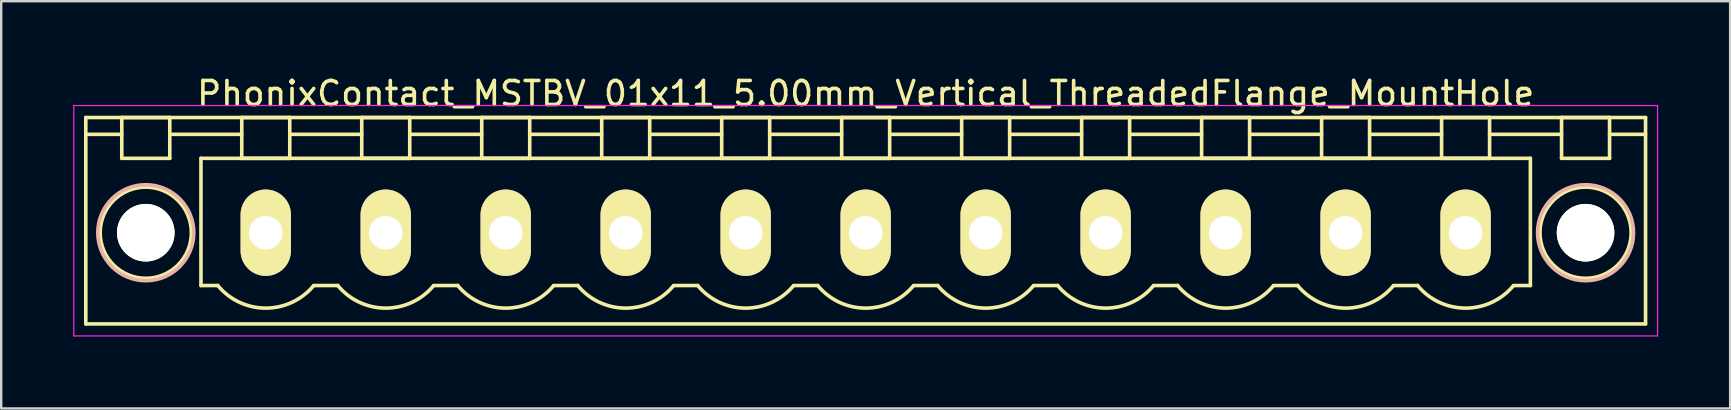
<source format=kicad_pcb>
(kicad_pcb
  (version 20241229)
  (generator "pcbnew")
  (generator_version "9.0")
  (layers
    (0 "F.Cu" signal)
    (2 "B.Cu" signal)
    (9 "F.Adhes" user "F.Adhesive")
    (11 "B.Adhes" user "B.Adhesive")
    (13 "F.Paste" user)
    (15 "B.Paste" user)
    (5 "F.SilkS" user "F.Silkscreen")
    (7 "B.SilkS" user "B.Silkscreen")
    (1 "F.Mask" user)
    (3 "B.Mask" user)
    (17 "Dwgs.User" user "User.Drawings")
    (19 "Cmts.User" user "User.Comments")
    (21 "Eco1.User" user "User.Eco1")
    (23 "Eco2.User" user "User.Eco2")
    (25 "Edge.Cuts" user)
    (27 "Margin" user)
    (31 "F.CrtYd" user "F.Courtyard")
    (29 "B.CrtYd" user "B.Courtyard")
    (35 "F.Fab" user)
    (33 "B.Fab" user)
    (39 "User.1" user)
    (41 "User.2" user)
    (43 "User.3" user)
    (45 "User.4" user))
  (footprint "PhonixContact_MSTBV_01x11_5.00mm_Vertical_ThreadedFlange_MountHole"
    (layer "F.Cu")
    (at 8.025 6.648)
    (property "Reference" "PhonixContact_MSTBV_01x11_5.00mm_Vertical_ThreadedFlange_MountHole" (at 25 -5.8 0) (layer "F.SilkS") (effects (font (size 1 1) (thickness 0.15))))
    (attr through_hole)
    (fp_line (start -7.5 -4.8) (end -7.5 3.8) (stroke (width 0.15) (type solid)) (layer "F.SilkS"))
    (fp_line (start -7.5 -4.1) (end -6 -4.1) (stroke (width 0.15) (type solid)) (layer "F.SilkS"))
    (fp_line (start -7.5 3.8) (end 57.5 3.8) (stroke (width 0.15) (type solid)) (layer "F.SilkS"))
    (fp_line (start -6 -4.8) (end -4 -4.8) (stroke (width 0.15) (type solid)) (layer "F.SilkS"))
    (fp_line (start -6 -3.1) (end -6 -4.8) (stroke (width 0.15) (type solid)) (layer "F.SilkS"))
    (fp_line (start -4 -4.8) (end -4 -3.1) (stroke (width 0.15) (type solid)) (layer "F.SilkS"))
    (fp_line (start -4 -4.1) (end -1 -4.1) (stroke (width 0.15) (type solid)) (layer "F.SilkS"))
    (fp_line (start -4 -3.1) (end -6 -3.1) (stroke (width 0.15) (type solid)) (layer "F.SilkS"))
    (fp_line (start -2.7 -3.1) (end 52.7 -3.1) (stroke (width 0.15) (type solid)) (layer "F.SilkS"))
    (fp_line (start -2.7 2.2) (end -2.7 -3.1) (stroke (width 0.15) (type solid)) (layer "F.SilkS"))
    (fp_line (start -2 2.2) (end -2.7 2.2) (stroke (width 0.15) (type solid)) (layer "F.SilkS"))
    (fp_line (start -1 -4.8) (end 1 -4.8) (stroke (width 0.15) (type solid)) (layer "F.SilkS"))
    (fp_line (start -1 -3.1) (end -1 -4.8) (stroke (width 0.15) (type solid)) (layer "F.SilkS"))
    (fp_line (start 1 -4.8) (end 1 -3.1) (stroke (width 0.15) (type solid)) (layer "F.SilkS"))
    (fp_line (start 1 -4.1) (end 4 -4.1) (stroke (width 0.15) (type solid)) (layer "F.SilkS"))
    (fp_line (start 1 -3.1) (end -1 -3.1) (stroke (width 0.15) (type solid)) (layer "F.SilkS"))
    (fp_line (start 2 2.2) (end 3 2.2) (stroke (width 0.15) (type solid)) (layer "F.SilkS"))
    (fp_line (start 4 -4.8) (end 6 -4.8) (stroke (width 0.15) (type solid)) (layer "F.SilkS"))
    (fp_line (start 4 -3.1) (end 4 -4.8) (stroke (width 0.15) (type solid)) (layer "F.SilkS"))
    (fp_line (start 6 -4.8) (end 6 -3.1) (stroke (width 0.15) (type solid)) (layer "F.SilkS"))
    (fp_line (start 6 -4.1) (end 9 -4.1) (stroke (width 0.15) (type solid)) (layer "F.SilkS"))
    (fp_line (start 6 -3.1) (end 4 -3.1) (stroke (width 0.15) (type solid)) (layer "F.SilkS"))
    (fp_line (start 7 2.2) (end 8 2.2) (stroke (width 0.15) (type solid)) (layer "F.SilkS"))
    (fp_line (start 9 -4.8) (end 11 -4.8) (stroke (width 0.15) (type solid)) (layer "F.SilkS"))
    (fp_line (start 9 -3.1) (end 9 -4.8) (stroke (width 0.15) (type solid)) (layer "F.SilkS"))
    (fp_line (start 11 -4.8) (end 11 -3.1) (stroke (width 0.15) (type solid)) (layer "F.SilkS"))
    (fp_line (start 11 -4.1) (end 14 -4.1) (stroke (width 0.15) (type solid)) (layer "F.SilkS"))
    (fp_line (start 11 -3.1) (end 9 -3.1) (stroke (width 0.15) (type solid)) (layer "F.SilkS"))
    (fp_line (start 12 2.2) (end 13 2.2) (stroke (width 0.15) (type solid)) (layer "F.SilkS"))
    (fp_line (start 14 -4.8) (end 16 -4.8) (stroke (width 0.15) (type solid)) (layer "F.SilkS"))
    (fp_line (start 14 -3.1) (end 14 -4.8) (stroke (width 0.15) (type solid)) (layer "F.SilkS"))
    (fp_line (start 16 -4.8) (end 16 -3.1) (stroke (width 0.15) (type solid)) (layer "F.SilkS"))
    (fp_line (start 16 -4.1) (end 19 -4.1) (stroke (width 0.15) (type solid)) (layer "F.SilkS"))
    (fp_line (start 16 -3.1) (end 14 -3.1) (stroke (width 0.15) (type solid)) (layer "F.SilkS"))
    (fp_line (start 17 2.2) (end 18 2.2) (stroke (width 0.15) (type solid)) (layer "F.SilkS"))
    (fp_line (start 19 -4.8) (end 21 -4.8) (stroke (width 0.15) (type solid)) (layer "F.SilkS"))
    (fp_line (start 19 -3.1) (end 19 -4.8) (stroke (width 0.15) (type solid)) (layer "F.SilkS"))
    (fp_line (start 21 -4.8) (end 21 -3.1) (stroke (width 0.15) (type solid)) (layer "F.SilkS"))
    (fp_line (start 21 -4.1) (end 24 -4.1) (stroke (width 0.15) (type solid)) (layer "F.SilkS"))
    (fp_line (start 21 -3.1) (end 19 -3.1) (stroke (width 0.15) (type solid)) (layer "F.SilkS"))
    (fp_line (start 22 2.2) (end 23 2.2) (stroke (width 0.15) (type solid)) (layer "F.SilkS"))
    (fp_line (start 24 -4.8) (end 26 -4.8) (stroke (width 0.15) (type solid)) (layer "F.SilkS"))
    (fp_line (start 24 -3.1) (end 24 -4.8) (stroke (width 0.15) (type solid)) (layer "F.SilkS"))
    (fp_line (start 26 -4.8) (end 26 -3.1) (stroke (width 0.15) (type solid)) (layer "F.SilkS"))
    (fp_line (start 26 -4.1) (end 29 -4.1) (stroke (width 0.15) (type solid)) (layer "F.SilkS"))
    (fp_line (start 26 -3.1) (end 24 -3.1) (stroke (width 0.15) (type solid)) (layer "F.SilkS"))
    (fp_line (start 27 2.2) (end 28 2.2) (stroke (width 0.15) (type solid)) (layer "F.SilkS"))
    (fp_line (start 29 -4.8) (end 31 -4.8) (stroke (width 0.15) (type solid)) (layer "F.SilkS"))
    (fp_line (start 29 -3.1) (end 29 -4.8) (stroke (width 0.15) (type solid)) (layer "F.SilkS"))
    (fp_line (start 31 -4.8) (end 31 -3.1) (stroke (width 0.15) (type solid)) (layer "F.SilkS"))
    (fp_line (start 31 -4.1) (end 34 -4.1) (stroke (width 0.15) (type solid)) (layer "F.SilkS"))
    (fp_line (start 31 -3.1) (end 29 -3.1) (stroke (width 0.15) (type solid)) (layer "F.SilkS"))
    (fp_line (start 32 2.2) (end 33 2.2) (stroke (width 0.15) (type solid)) (layer "F.SilkS"))
    (fp_line (start 34 -4.8) (end 36 -4.8) (stroke (width 0.15) (type solid)) (layer "F.SilkS"))
    (fp_line (start 34 -3.1) (end 34 -4.8) (stroke (width 0.15) (type solid)) (layer "F.SilkS"))
    (fp_line (start 36 -4.8) (end 36 -3.1) (stroke (width 0.15) (type solid)) (layer "F.SilkS"))
    (fp_line (start 36 -4.1) (end 39 -4.1) (stroke (width 0.15) (type solid)) (layer "F.SilkS"))
    (fp_line (start 36 -3.1) (end 34 -3.1) (stroke (width 0.15) (type solid)) (layer "F.SilkS"))
    (fp_line (start 37 2.2) (end 38 2.2) (stroke (width 0.15) (type solid)) (layer "F.SilkS"))
    (fp_line (start 39 -4.8) (end 41 -4.8) (stroke (width 0.15) (type solid)) (layer "F.SilkS"))
    (fp_line (start 39 -3.1) (end 39 -4.8) (stroke (width 0.15) (type solid)) (layer "F.SilkS"))
    (fp_line (start 41 -4.8) (end 41 -3.1) (stroke (width 0.15) (type solid)) (layer "F.SilkS"))
    (fp_line (start 41 -4.1) (end 44 -4.1) (stroke (width 0.15) (type solid)) (layer "F.SilkS"))
    (fp_line (start 41 -3.1) (end 39 -3.1) (stroke (width 0.15) (type solid)) (layer "F.SilkS"))
    (fp_line (start 42 2.2) (end 43 2.2) (stroke (width 0.15) (type solid)) (layer "F.SilkS"))
    (fp_line (start 44 -4.8) (end 46 -4.8) (stroke (width 0.15) (type solid)) (layer "F.SilkS"))
    (fp_line (start 44 -3.1) (end 44 -4.8) (stroke (width 0.15) (type solid)) (layer "F.SilkS"))
    (fp_line (start 46 -4.8) (end 46 -3.1) (stroke (width 0.15) (type solid)) (layer "F.SilkS"))
    (fp_line (start 46 -4.1) (end 49 -4.1) (stroke (width 0.15) (type solid)) (layer "F.SilkS"))
    (fp_line (start 46 -3.1) (end 44 -3.1) (stroke (width 0.15) (type solid)) (layer "F.SilkS"))
    (fp_line (start 47 2.2) (end 48 2.2) (stroke (width 0.15) (type solid)) (layer "F.SilkS"))
    (fp_line (start 49 -4.8) (end 51 -4.8) (stroke (width 0.15) (type solid)) (layer "F.SilkS"))
    (fp_line (start 49 -3.1) (end 49 -4.8) (stroke (width 0.15) (type solid)) (layer "F.SilkS"))
    (fp_line (start 51 -4.8) (end 51 -3.1) (stroke (width 0.15) (type solid)) (layer "F.SilkS"))
    (fp_line (start 51 -4.1) (end 54 -4.1) (stroke (width 0.15) (type solid)) (layer "F.SilkS"))
    (fp_line (start 51 -3.1) (end 49 -3.1) (stroke (width 0.15) (type solid)) (layer "F.SilkS"))
    (fp_line (start 52.7 -3.1) (end 52.7 2.2) (stroke (width 0.15) (type solid)) (layer "F.SilkS"))
    (fp_line (start 52.7 2.2) (end 52 2.2) (stroke (width 0.15) (type solid)) (layer "F.SilkS"))
    (fp_line (start 54 -4.8) (end 56 -4.8) (stroke (width 0.15) (type solid)) (layer "F.SilkS"))
    (fp_line (start 54 -3.1) (end 54 -4.8) (stroke (width 0.15) (type solid)) (layer "F.SilkS"))
    (fp_line (start 56 -4.8) (end 56 -3.1) (stroke (width 0.15) (type solid)) (layer "F.SilkS"))
    (fp_line (start 56 -3.1) (end 54 -3.1) (stroke (width 0.15) (type solid)) (layer "F.SilkS"))
    (fp_line (start 57.5 -4.8) (end -7.5 -4.8) (stroke (width 0.15) (type solid)) (layer "F.SilkS"))
    (fp_line (start 57.5 -4.1) (end 56 -4.1) (stroke (width 0.15) (type solid)) (layer "F.SilkS"))
    (fp_line (start 57.5 3.8) (end 57.5 -4.8) (stroke (width 0.15) (type solid)) (layer "F.SilkS"))
    (fp_arc (start 1.986842 2.215821) (mid -0.010289 3.142758) (end -2 2.2) (stroke (width 0.15) (type solid)) (layer "F.SilkS"))
    (fp_arc (start 6.986842 2.215821) (mid 4.989711 3.142758) (end 3 2.2) (stroke (width 0.15) (type solid)) (layer "F.SilkS"))
    (fp_arc (start 11.986842 2.215821) (mid 9.989711 3.142758) (end 8 2.2) (stroke (width 0.15) (type solid)) (layer "F.SilkS"))
    (fp_arc (start 16.986842 2.215821) (mid 14.989711 3.142758) (end 13 2.2) (stroke (width 0.15) (type solid)) (layer "F.SilkS"))
    (fp_arc (start 21.986842 2.215821) (mid 19.989711 3.142758) (end 18 2.2) (stroke (width 0.15) (type solid)) (layer "F.SilkS"))
    (fp_arc (start 26.986842 2.215821) (mid 24.989711 3.142758) (end 23 2.2) (stroke (width 0.15) (type solid)) (layer "F.SilkS"))
    (fp_arc (start 31.986842 2.215821) (mid 29.989711 3.142758) (end 28 2.2) (stroke (width 0.15) (type solid)) (layer "F.SilkS"))
    (fp_arc (start 36.986842 2.215821) (mid 34.989711 3.142758) (end 33 2.2) (stroke (width 0.15) (type solid)) (layer "F.SilkS"))
    (fp_arc (start 41.986842 2.215821) (mid 39.989711 3.142758) (end 38 2.2) (stroke (width 0.15) (type solid)) (layer "F.SilkS"))
    (fp_arc (start 46.986842 2.215821) (mid 44.989711 3.142758) (end 43 2.2) (stroke (width 0.15) (type solid)) (layer "F.SilkS"))
    (fp_arc (start 51.986842 2.215821) (mid 49.989711 3.142758) (end 48 2.2) (stroke (width 0.15) (type solid)) (layer "F.SilkS"))
    (fp_circle (center -5 0) (end -4 0) (stroke (width 0.15) (type solid)) (fill no) (layer "F.SilkS"))
    (fp_circle (center -5 0) (end -3.1 0) (stroke (width 0.15) (type solid)) (fill no) (layer "F.SilkS"))
    (fp_circle (center 55 0) (end 56 0) (stroke (width 0.15) (type solid)) (fill no) (layer "F.SilkS"))
    (fp_circle (center 55 0) (end 56.9 0) (stroke (width 0.15) (type solid)) (fill no) (layer "F.SilkS"))
    (fp_circle (center -5 0) (end -3 0) (stroke (width 0.15) (type solid)) (fill no) (layer "B.SilkS"))
    (fp_circle (center 55 0) (end 57 0) (stroke (width 0.15) (type solid)) (fill no) (layer "B.SilkS"))
    (fp_line (start -8 -5.3) (end -8 4.3) (stroke (width 0.05) (type solid)) (layer "F.CrtYd"))
    (fp_line (start -8 4.3) (end 58 4.3) (stroke (width 0.05) (type solid)) (layer "F.CrtYd"))
    (fp_line (start 58 -5.3) (end -8 -5.3) (stroke (width 0.05) (type solid)) (layer "F.CrtYd"))
    (fp_line (start 58 4.3) (end 58 -5.3) (stroke (width 0.05) (type solid)) (layer "F.CrtYd"))
    (pad "" np_thru_hole circle (at -5 0) (size 2.4 2.4) (drill 2.4) (layers "*.Cu" "*.Mask" "F.SilkS"))
    (pad "" np_thru_hole circle (at 55 0) (size 2.4 2.4) (drill 2.4) (layers "*.Cu" "*.Mask" "F.SilkS"))
    (pad "1" thru_hole oval (at 0 0) (size 2.1 3.6) (drill 1.4) (layers "*.Cu" "*.Mask" "F.SilkS"))
    (pad "2" thru_hole oval (at 5 0) (size 2.1 3.6) (drill 1.4) (layers "*.Cu" "*.Mask" "F.SilkS"))
    (pad "3" thru_hole oval (at 10 0) (size 2.1 3.6) (drill 1.4) (layers "*.Cu" "*.Mask" "F.SilkS"))
    (pad "4" thru_hole oval (at 15 0) (size 2.1 3.6) (drill 1.4) (layers "*.Cu" "*.Mask" "F.SilkS"))
    (pad "5" thru_hole oval (at 20 0) (size 2.1 3.6) (drill 1.4) (layers "*.Cu" "*.Mask" "F.SilkS"))
    (pad "6" thru_hole oval (at 25 0) (size 2.1 3.6) (drill 1.4) (layers "*.Cu" "*.Mask" "F.SilkS"))
    (pad "7" thru_hole oval (at 30 0) (size 2.1 3.6) (drill 1.4) (layers "*.Cu" "*.Mask" "F.SilkS"))
    (pad "8" thru_hole oval (at 35 0) (size 2.1 3.6) (drill 1.4) (layers "*.Cu" "*.Mask" "F.SilkS"))
    (pad "9" thru_hole oval (at 40 0) (size 2.1 3.6) (drill 1.4) (layers "*.Cu" "*.Mask" "F.SilkS"))
    (pad "10" thru_hole oval (at 45 0) (size 2.1 3.6) (drill 1.4) (layers "*.Cu" "*.Mask" "F.SilkS"))
    (pad "11" thru_hole oval (at 50 0) (size 2.1 3.6) (drill 1.4) (layers "*.Cu" "*.Mask" "F.SilkS")))
  (gr_rect
    (start -3 -3)
    (end 69.05 13.973)
    (stroke (width 0.1) (type default))
    (fill no)
    (layer "Edge.Cuts")))
</source>
